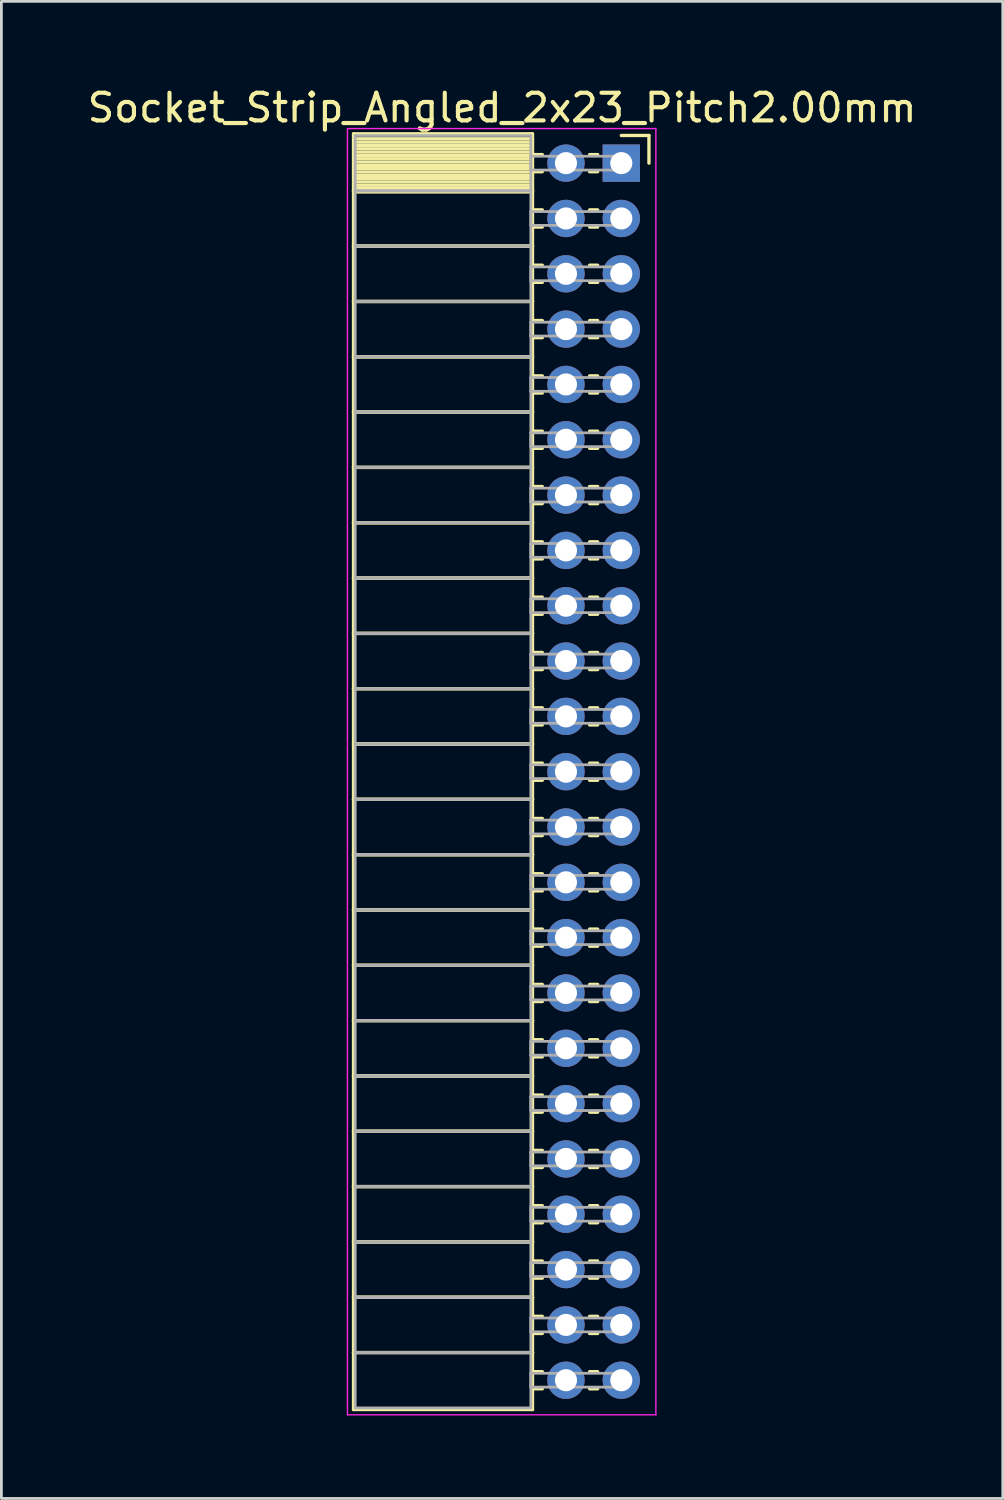
<source format=kicad_pcb>
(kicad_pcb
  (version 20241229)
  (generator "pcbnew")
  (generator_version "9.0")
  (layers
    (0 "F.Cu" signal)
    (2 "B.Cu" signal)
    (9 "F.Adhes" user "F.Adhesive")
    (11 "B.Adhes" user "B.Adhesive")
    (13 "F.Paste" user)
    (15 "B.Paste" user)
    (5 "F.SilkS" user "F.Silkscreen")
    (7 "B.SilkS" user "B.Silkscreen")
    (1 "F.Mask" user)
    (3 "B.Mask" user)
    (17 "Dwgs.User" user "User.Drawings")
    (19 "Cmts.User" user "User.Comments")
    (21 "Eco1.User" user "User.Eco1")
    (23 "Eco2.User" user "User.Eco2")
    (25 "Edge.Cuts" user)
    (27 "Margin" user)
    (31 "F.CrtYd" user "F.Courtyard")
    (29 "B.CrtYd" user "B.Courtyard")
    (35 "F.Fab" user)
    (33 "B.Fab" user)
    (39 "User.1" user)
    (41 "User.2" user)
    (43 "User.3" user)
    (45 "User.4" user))
  (footprint "Socket_Strip_Angled_2x23_Pitch2.00mm"
    (layer "F.Cu")
    (at 19.411 2.848)
    (property "Reference" "Socket_Strip_Angled_2x23_Pitch2.00mm" (at -4.31 -2 0) (layer "F.SilkS") (effects (font (size 1 1) (thickness 0.15))))
    (attr through_hole)
    (fp_line (start -9.68 -1.06) (end -3.21 -1.06) (stroke (width 0.12) (type solid)) (layer "F.SilkS"))
    (fp_line (start -9.68 1) (end -9.68 -1.06) (stroke (width 0.12) (type solid)) (layer "F.SilkS"))
    (fp_line (start -9.68 1) (end -3.21 1) (stroke (width 0.12) (type solid)) (layer "F.SilkS"))
    (fp_line (start -9.68 3) (end -9.68 1) (stroke (width 0.12) (type solid)) (layer "F.SilkS"))
    (fp_line (start -9.68 3) (end -3.21 3) (stroke (width 0.12) (type solid)) (layer "F.SilkS"))
    (fp_line (start -9.68 5) (end -9.68 3) (stroke (width 0.12) (type solid)) (layer "F.SilkS"))
    (fp_line (start -9.68 5) (end -3.21 5) (stroke (width 0.12) (type solid)) (layer "F.SilkS"))
    (fp_line (start -9.68 7) (end -9.68 5) (stroke (width 0.12) (type solid)) (layer "F.SilkS"))
    (fp_line (start -9.68 7) (end -3.21 7) (stroke (width 0.12) (type solid)) (layer "F.SilkS"))
    (fp_line (start -9.68 9) (end -9.68 7) (stroke (width 0.12) (type solid)) (layer "F.SilkS"))
    (fp_line (start -9.68 9) (end -3.21 9) (stroke (width 0.12) (type solid)) (layer "F.SilkS"))
    (fp_line (start -9.68 11) (end -9.68 9) (stroke (width 0.12) (type solid)) (layer "F.SilkS"))
    (fp_line (start -9.68 11) (end -3.21 11) (stroke (width 0.12) (type solid)) (layer "F.SilkS"))
    (fp_line (start -9.68 13) (end -9.68 11) (stroke (width 0.12) (type solid)) (layer "F.SilkS"))
    (fp_line (start -9.68 13) (end -3.21 13) (stroke (width 0.12) (type solid)) (layer "F.SilkS"))
    (fp_line (start -9.68 15) (end -9.68 13) (stroke (width 0.12) (type solid)) (layer "F.SilkS"))
    (fp_line (start -9.68 15) (end -3.21 15) (stroke (width 0.12) (type solid)) (layer "F.SilkS"))
    (fp_line (start -9.68 17) (end -9.68 15) (stroke (width 0.12) (type solid)) (layer "F.SilkS"))
    (fp_line (start -9.68 17) (end -3.21 17) (stroke (width 0.12) (type solid)) (layer "F.SilkS"))
    (fp_line (start -9.68 19) (end -9.68 17) (stroke (width 0.12) (type solid)) (layer "F.SilkS"))
    (fp_line (start -9.68 19) (end -3.21 19) (stroke (width 0.12) (type solid)) (layer "F.SilkS"))
    (fp_line (start -9.68 21) (end -9.68 19) (stroke (width 0.12) (type solid)) (layer "F.SilkS"))
    (fp_line (start -9.68 21) (end -3.21 21) (stroke (width 0.12) (type solid)) (layer "F.SilkS"))
    (fp_line (start -9.68 23) (end -9.68 21) (stroke (width 0.12) (type solid)) (layer "F.SilkS"))
    (fp_line (start -9.68 23) (end -3.21 23) (stroke (width 0.12) (type solid)) (layer "F.SilkS"))
    (fp_line (start -9.68 25) (end -9.68 23) (stroke (width 0.12) (type solid)) (layer "F.SilkS"))
    (fp_line (start -9.68 25) (end -3.21 25) (stroke (width 0.12) (type solid)) (layer "F.SilkS"))
    (fp_line (start -9.68 27) (end -9.68 25) (stroke (width 0.12) (type solid)) (layer "F.SilkS"))
    (fp_line (start -9.68 27) (end -3.21 27) (stroke (width 0.12) (type solid)) (layer "F.SilkS"))
    (fp_line (start -9.68 29) (end -9.68 27) (stroke (width 0.12) (type solid)) (layer "F.SilkS"))
    (fp_line (start -9.68 29) (end -3.21 29) (stroke (width 0.12) (type solid)) (layer "F.SilkS"))
    (fp_line (start -9.68 31) (end -9.68 29) (stroke (width 0.12) (type solid)) (layer "F.SilkS"))
    (fp_line (start -9.68 31) (end -3.21 31) (stroke (width 0.12) (type solid)) (layer "F.SilkS"))
    (fp_line (start -9.68 33) (end -9.68 31) (stroke (width 0.12) (type solid)) (layer "F.SilkS"))
    (fp_line (start -9.68 33) (end -3.21 33) (stroke (width 0.12) (type solid)) (layer "F.SilkS"))
    (fp_line (start -9.68 35) (end -9.68 33) (stroke (width 0.12) (type solid)) (layer "F.SilkS"))
    (fp_line (start -9.68 35) (end -3.21 35) (stroke (width 0.12) (type solid)) (layer "F.SilkS"))
    (fp_line (start -9.68 37) (end -9.68 35) (stroke (width 0.12) (type solid)) (layer "F.SilkS"))
    (fp_line (start -9.68 37) (end -3.21 37) (stroke (width 0.12) (type solid)) (layer "F.SilkS"))
    (fp_line (start -9.68 39) (end -9.68 37) (stroke (width 0.12) (type solid)) (layer "F.SilkS"))
    (fp_line (start -9.68 39) (end -3.21 39) (stroke (width 0.12) (type solid)) (layer "F.SilkS"))
    (fp_line (start -9.68 41) (end -9.68 39) (stroke (width 0.12) (type solid)) (layer "F.SilkS"))
    (fp_line (start -9.68 41) (end -3.21 41) (stroke (width 0.12) (type solid)) (layer "F.SilkS"))
    (fp_line (start -9.68 43) (end -9.68 41) (stroke (width 0.12) (type solid)) (layer "F.SilkS"))
    (fp_line (start -9.68 43) (end -3.21 43) (stroke (width 0.12) (type solid)) (layer "F.SilkS"))
    (fp_line (start -9.68 45.06) (end -9.68 43) (stroke (width 0.12) (type solid)) (layer "F.SilkS"))
    (fp_line (start -3.21 -1.06) (end -3.21 1) (stroke (width 0.12) (type solid)) (layer "F.SilkS"))
    (fp_line (start -3.21 -0.88) (end -9.68 -0.88) (stroke (width 0.12) (type solid)) (layer "F.SilkS"))
    (fp_line (start -3.21 -0.76) (end -9.68 -0.76) (stroke (width 0.12) (type solid)) (layer "F.SilkS"))
    (fp_line (start -3.21 -0.64) (end -9.68 -0.64) (stroke (width 0.12) (type solid)) (layer "F.SilkS"))
    (fp_line (start -3.21 -0.52) (end -9.68 -0.52) (stroke (width 0.12) (type solid)) (layer "F.SilkS"))
    (fp_line (start -3.21 -0.4) (end -9.68 -0.4) (stroke (width 0.12) (type solid)) (layer "F.SilkS"))
    (fp_line (start -3.21 -0.28) (end -9.68 -0.28) (stroke (width 0.12) (type solid)) (layer "F.SilkS"))
    (fp_line (start -3.21 -0.16) (end -9.68 -0.16) (stroke (width 0.12) (type solid)) (layer "F.SilkS"))
    (fp_line (start -3.21 -0.04) (end -9.68 -0.04) (stroke (width 0.12) (type solid)) (layer "F.SilkS"))
    (fp_line (start -3.21 0.08) (end -9.68 0.08) (stroke (width 0.12) (type solid)) (layer "F.SilkS"))
    (fp_line (start -3.21 0.2) (end -9.68 0.2) (stroke (width 0.12) (type solid)) (layer "F.SilkS"))
    (fp_line (start -3.21 0.32) (end -9.68 0.32) (stroke (width 0.12) (type solid)) (layer "F.SilkS"))
    (fp_line (start -3.21 0.44) (end -9.68 0.44) (stroke (width 0.12) (type solid)) (layer "F.SilkS"))
    (fp_line (start -3.21 0.56) (end -9.68 0.56) (stroke (width 0.12) (type solid)) (layer "F.SilkS"))
    (fp_line (start -3.21 0.68) (end -9.68 0.68) (stroke (width 0.12) (type solid)) (layer "F.SilkS"))
    (fp_line (start -3.21 0.8) (end -9.68 0.8) (stroke (width 0.12) (type solid)) (layer "F.SilkS"))
    (fp_line (start -3.21 0.92) (end -9.68 0.92) (stroke (width 0.12) (type solid)) (layer "F.SilkS"))
    (fp_line (start -3.21 1) (end -9.68 1) (stroke (width 0.12) (type solid)) (layer "F.SilkS"))
    (fp_line (start -3.21 1) (end -3.21 3) (stroke (width 0.12) (type solid)) (layer "F.SilkS"))
    (fp_line (start -3.21 1.04) (end -9.68 1.04) (stroke (width 0.12) (type solid)) (layer "F.SilkS"))
    (fp_line (start -3.21 3) (end -9.68 3) (stroke (width 0.12) (type solid)) (layer "F.SilkS"))
    (fp_line (start -3.21 3) (end -3.21 5) (stroke (width 0.12) (type solid)) (layer "F.SilkS"))
    (fp_line (start -3.21 5) (end -9.68 5) (stroke (width 0.12) (type solid)) (layer "F.SilkS"))
    (fp_line (start -3.21 5) (end -3.21 7) (stroke (width 0.12) (type solid)) (layer "F.SilkS"))
    (fp_line (start -3.21 7) (end -9.68 7) (stroke (width 0.12) (type solid)) (layer "F.SilkS"))
    (fp_line (start -3.21 7) (end -3.21 9) (stroke (width 0.12) (type solid)) (layer "F.SilkS"))
    (fp_line (start -3.21 9) (end -9.68 9) (stroke (width 0.12) (type solid)) (layer "F.SilkS"))
    (fp_line (start -3.21 9) (end -3.21 11) (stroke (width 0.12) (type solid)) (layer "F.SilkS"))
    (fp_line (start -3.21 11) (end -9.68 11) (stroke (width 0.12) (type solid)) (layer "F.SilkS"))
    (fp_line (start -3.21 11) (end -3.21 13) (stroke (width 0.12) (type solid)) (layer "F.SilkS"))
    (fp_line (start -3.21 13) (end -9.68 13) (stroke (width 0.12) (type solid)) (layer "F.SilkS"))
    (fp_line (start -3.21 13) (end -3.21 15) (stroke (width 0.12) (type solid)) (layer "F.SilkS"))
    (fp_line (start -3.21 15) (end -9.68 15) (stroke (width 0.12) (type solid)) (layer "F.SilkS"))
    (fp_line (start -3.21 15) (end -3.21 17) (stroke (width 0.12) (type solid)) (layer "F.SilkS"))
    (fp_line (start -3.21 17) (end -9.68 17) (stroke (width 0.12) (type solid)) (layer "F.SilkS"))
    (fp_line (start -3.21 17) (end -3.21 19) (stroke (width 0.12) (type solid)) (layer "F.SilkS"))
    (fp_line (start -3.21 19) (end -9.68 19) (stroke (width 0.12) (type solid)) (layer "F.SilkS"))
    (fp_line (start -3.21 19) (end -3.21 21) (stroke (width 0.12) (type solid)) (layer "F.SilkS"))
    (fp_line (start -3.21 21) (end -9.68 21) (stroke (width 0.12) (type solid)) (layer "F.SilkS"))
    (fp_line (start -3.21 21) (end -3.21 23) (stroke (width 0.12) (type solid)) (layer "F.SilkS"))
    (fp_line (start -3.21 23) (end -9.68 23) (stroke (width 0.12) (type solid)) (layer "F.SilkS"))
    (fp_line (start -3.21 23) (end -3.21 25) (stroke (width 0.12) (type solid)) (layer "F.SilkS"))
    (fp_line (start -3.21 25) (end -9.68 25) (stroke (width 0.12) (type solid)) (layer "F.SilkS"))
    (fp_line (start -3.21 25) (end -3.21 27) (stroke (width 0.12) (type solid)) (layer "F.SilkS"))
    (fp_line (start -3.21 27) (end -9.68 27) (stroke (width 0.12) (type solid)) (layer "F.SilkS"))
    (fp_line (start -3.21 27) (end -3.21 29) (stroke (width 0.12) (type solid)) (layer "F.SilkS"))
    (fp_line (start -3.21 29) (end -9.68 29) (stroke (width 0.12) (type solid)) (layer "F.SilkS"))
    (fp_line (start -3.21 29) (end -3.21 31) (stroke (width 0.12) (type solid)) (layer "F.SilkS"))
    (fp_line (start -3.21 31) (end -9.68 31) (stroke (width 0.12) (type solid)) (layer "F.SilkS"))
    (fp_line (start -3.21 31) (end -3.21 33) (stroke (width 0.12) (type solid)) (layer "F.SilkS"))
    (fp_line (start -3.21 33) (end -9.68 33) (stroke (width 0.12) (type solid)) (layer "F.SilkS"))
    (fp_line (start -3.21 33) (end -3.21 35) (stroke (width 0.12) (type solid)) (layer "F.SilkS"))
    (fp_line (start -3.21 35) (end -9.68 35) (stroke (width 0.12) (type solid)) (layer "F.SilkS"))
    (fp_line (start -3.21 35) (end -3.21 37) (stroke (width 0.12) (type solid)) (layer "F.SilkS"))
    (fp_line (start -3.21 37) (end -9.68 37) (stroke (width 0.12) (type solid)) (layer "F.SilkS"))
    (fp_line (start -3.21 37) (end -3.21 39) (stroke (width 0.12) (type solid)) (layer "F.SilkS"))
    (fp_line (start -3.21 39) (end -9.68 39) (stroke (width 0.12) (type solid)) (layer "F.SilkS"))
    (fp_line (start -3.21 39) (end -3.21 41) (stroke (width 0.12) (type solid)) (layer "F.SilkS"))
    (fp_line (start -3.21 41) (end -9.68 41) (stroke (width 0.12) (type solid)) (layer "F.SilkS"))
    (fp_line (start -3.21 41) (end -3.21 43) (stroke (width 0.12) (type solid)) (layer "F.SilkS"))
    (fp_line (start -3.21 43) (end -9.68 43) (stroke (width 0.12) (type solid)) (layer "F.SilkS"))
    (fp_line (start -3.21 43) (end -3.21 45.06) (stroke (width 0.12) (type solid)) (layer "F.SilkS"))
    (fp_line (start -3.21 45.06) (end -9.68 45.06) (stroke (width 0.12) (type solid)) (layer "F.SilkS"))
    (fp_line (start -2.855 -0.31) (end -3.21 -0.31) (stroke (width 0.12) (type solid)) (layer "F.SilkS"))
    (fp_line (start -2.855 0.31) (end -3.21 0.31) (stroke (width 0.12) (type solid)) (layer "F.SilkS"))
    (fp_line (start -2.855 1.69) (end -3.21 1.69) (stroke (width 0.12) (type solid)) (layer "F.SilkS"))
    (fp_line (start -2.855 2.31) (end -3.21 2.31) (stroke (width 0.12) (type solid)) (layer "F.SilkS"))
    (fp_line (start -2.855 3.69) (end -3.21 3.69) (stroke (width 0.12) (type solid)) (layer "F.SilkS"))
    (fp_line (start -2.855 4.31) (end -3.21 4.31) (stroke (width 0.12) (type solid)) (layer "F.SilkS"))
    (fp_line (start -2.855 5.69) (end -3.21 5.69) (stroke (width 0.12) (type solid)) (layer "F.SilkS"))
    (fp_line (start -2.855 6.31) (end -3.21 6.31) (stroke (width 0.12) (type solid)) (layer "F.SilkS"))
    (fp_line (start -2.855 7.69) (end -3.21 7.69) (stroke (width 0.12) (type solid)) (layer "F.SilkS"))
    (fp_line (start -2.855 8.31) (end -3.21 8.31) (stroke (width 0.12) (type solid)) (layer "F.SilkS"))
    (fp_line (start -2.855 9.69) (end -3.21 9.69) (stroke (width 0.12) (type solid)) (layer "F.SilkS"))
    (fp_line (start -2.855 10.31) (end -3.21 10.31) (stroke (width 0.12) (type solid)) (layer "F.SilkS"))
    (fp_line (start -2.855 11.69) (end -3.21 11.69) (stroke (width 0.12) (type solid)) (layer "F.SilkS"))
    (fp_line (start -2.855 12.31) (end -3.21 12.31) (stroke (width 0.12) (type solid)) (layer "F.SilkS"))
    (fp_line (start -2.855 13.69) (end -3.21 13.69) (stroke (width 0.12) (type solid)) (layer "F.SilkS"))
    (fp_line (start -2.855 14.31) (end -3.21 14.31) (stroke (width 0.12) (type solid)) (layer "F.SilkS"))
    (fp_line (start -2.855 15.69) (end -3.21 15.69) (stroke (width 0.12) (type solid)) (layer "F.SilkS"))
    (fp_line (start -2.855 16.31) (end -3.21 16.31) (stroke (width 0.12) (type solid)) (layer "F.SilkS"))
    (fp_line (start -2.855 17.69) (end -3.21 17.69) (stroke (width 0.12) (type solid)) (layer "F.SilkS"))
    (fp_line (start -2.855 18.31) (end -3.21 18.31) (stroke (width 0.12) (type solid)) (layer "F.SilkS"))
    (fp_line (start -2.855 19.69) (end -3.21 19.69) (stroke (width 0.12) (type solid)) (layer "F.SilkS"))
    (fp_line (start -2.855 20.31) (end -3.21 20.31) (stroke (width 0.12) (type solid)) (layer "F.SilkS"))
    (fp_line (start -2.855 21.69) (end -3.21 21.69) (stroke (width 0.12) (type solid)) (layer "F.SilkS"))
    (fp_line (start -2.855 22.31) (end -3.21 22.31) (stroke (width 0.12) (type solid)) (layer "F.SilkS"))
    (fp_line (start -2.855 23.69) (end -3.21 23.69) (stroke (width 0.12) (type solid)) (layer "F.SilkS"))
    (fp_line (start -2.855 24.31) (end -3.21 24.31) (stroke (width 0.12) (type solid)) (layer "F.SilkS"))
    (fp_line (start -2.855 25.69) (end -3.21 25.69) (stroke (width 0.12) (type solid)) (layer "F.SilkS"))
    (fp_line (start -2.855 26.31) (end -3.21 26.31) (stroke (width 0.12) (type solid)) (layer "F.SilkS"))
    (fp_line (start -2.855 27.69) (end -3.21 27.69) (stroke (width 0.12) (type solid)) (layer "F.SilkS"))
    (fp_line (start -2.855 28.31) (end -3.21 28.31) (stroke (width 0.12) (type solid)) (layer "F.SilkS"))
    (fp_line (start -2.855 29.69) (end -3.21 29.69) (stroke (width 0.12) (type solid)) (layer "F.SilkS"))
    (fp_line (start -2.855 30.31) (end -3.21 30.31) (stroke (width 0.12) (type solid)) (layer "F.SilkS"))
    (fp_line (start -2.855 31.69) (end -3.21 31.69) (stroke (width 0.12) (type solid)) (layer "F.SilkS"))
    (fp_line (start -2.855 32.31) (end -3.21 32.31) (stroke (width 0.12) (type solid)) (layer "F.SilkS"))
    (fp_line (start -2.855 33.69) (end -3.21 33.69) (stroke (width 0.12) (type solid)) (layer "F.SilkS"))
    (fp_line (start -2.855 34.31) (end -3.21 34.31) (stroke (width 0.12) (type solid)) (layer "F.SilkS"))
    (fp_line (start -2.855 35.69) (end -3.21 35.69) (stroke (width 0.12) (type solid)) (layer "F.SilkS"))
    (fp_line (start -2.855 36.31) (end -3.21 36.31) (stroke (width 0.12) (type solid)) (layer "F.SilkS"))
    (fp_line (start -2.855 37.69) (end -3.21 37.69) (stroke (width 0.12) (type solid)) (layer "F.SilkS"))
    (fp_line (start -2.855 38.31) (end -3.21 38.31) (stroke (width 0.12) (type solid)) (layer "F.SilkS"))
    (fp_line (start -2.855 39.69) (end -3.21 39.69) (stroke (width 0.12) (type solid)) (layer "F.SilkS"))
    (fp_line (start -2.855 40.31) (end -3.21 40.31) (stroke (width 0.12) (type solid)) (layer "F.SilkS"))
    (fp_line (start -2.855 41.69) (end -3.21 41.69) (stroke (width 0.12) (type solid)) (layer "F.SilkS"))
    (fp_line (start -2.855 42.31) (end -3.21 42.31) (stroke (width 0.12) (type solid)) (layer "F.SilkS"))
    (fp_line (start -2.855 43.69) (end -3.21 43.69) (stroke (width 0.12) (type solid)) (layer "F.SilkS"))
    (fp_line (start -2.855 44.31) (end -3.21 44.31) (stroke (width 0.12) (type solid)) (layer "F.SilkS"))
    (fp_line (start -0.855 -0.31) (end -1.145 -0.31) (stroke (width 0.12) (type solid)) (layer "F.SilkS"))
    (fp_line (start -0.855 0.31) (end -1.145 0.31) (stroke (width 0.12) (type solid)) (layer "F.SilkS"))
    (fp_line (start -0.855 1.69) (end -1.145 1.69) (stroke (width 0.12) (type solid)) (layer "F.SilkS"))
    (fp_line (start -0.855 2.31) (end -1.145 2.31) (stroke (width 0.12) (type solid)) (layer "F.SilkS"))
    (fp_line (start -0.855 3.69) (end -1.145 3.69) (stroke (width 0.12) (type solid)) (layer "F.SilkS"))
    (fp_line (start -0.855 4.31) (end -1.145 4.31) (stroke (width 0.12) (type solid)) (layer "F.SilkS"))
    (fp_line (start -0.855 5.69) (end -1.145 5.69) (stroke (width 0.12) (type solid)) (layer "F.SilkS"))
    (fp_line (start -0.855 6.31) (end -1.145 6.31) (stroke (width 0.12) (type solid)) (layer "F.SilkS"))
    (fp_line (start -0.855 7.69) (end -1.145 7.69) (stroke (width 0.12) (type solid)) (layer "F.SilkS"))
    (fp_line (start -0.855 8.31) (end -1.145 8.31) (stroke (width 0.12) (type solid)) (layer "F.SilkS"))
    (fp_line (start -0.855 9.69) (end -1.145 9.69) (stroke (width 0.12) (type solid)) (layer "F.SilkS"))
    (fp_line (start -0.855 10.31) (end -1.145 10.31) (stroke (width 0.12) (type solid)) (layer "F.SilkS"))
    (fp_line (start -0.855 11.69) (end -1.145 11.69) (stroke (width 0.12) (type solid)) (layer "F.SilkS"))
    (fp_line (start -0.855 12.31) (end -1.145 12.31) (stroke (width 0.12) (type solid)) (layer "F.SilkS"))
    (fp_line (start -0.855 13.69) (end -1.145 13.69) (stroke (width 0.12) (type solid)) (layer "F.SilkS"))
    (fp_line (start -0.855 14.31) (end -1.145 14.31) (stroke (width 0.12) (type solid)) (layer "F.SilkS"))
    (fp_line (start -0.855 15.69) (end -1.145 15.69) (stroke (width 0.12) (type solid)) (layer "F.SilkS"))
    (fp_line (start -0.855 16.31) (end -1.145 16.31) (stroke (width 0.12) (type solid)) (layer "F.SilkS"))
    (fp_line (start -0.855 17.69) (end -1.145 17.69) (stroke (width 0.12) (type solid)) (layer "F.SilkS"))
    (fp_line (start -0.855 18.31) (end -1.145 18.31) (stroke (width 0.12) (type solid)) (layer "F.SilkS"))
    (fp_line (start -0.855 19.69) (end -1.145 19.69) (stroke (width 0.12) (type solid)) (layer "F.SilkS"))
    (fp_line (start -0.855 20.31) (end -1.145 20.31) (stroke (width 0.12) (type solid)) (layer "F.SilkS"))
    (fp_line (start -0.855 21.69) (end -1.145 21.69) (stroke (width 0.12) (type solid)) (layer "F.SilkS"))
    (fp_line (start -0.855 22.31) (end -1.145 22.31) (stroke (width 0.12) (type solid)) (layer "F.SilkS"))
    (fp_line (start -0.855 23.69) (end -1.145 23.69) (stroke (width 0.12) (type solid)) (layer "F.SilkS"))
    (fp_line (start -0.855 24.31) (end -1.145 24.31) (stroke (width 0.12) (type solid)) (layer "F.SilkS"))
    (fp_line (start -0.855 25.69) (end -1.145 25.69) (stroke (width 0.12) (type solid)) (layer "F.SilkS"))
    (fp_line (start -0.855 26.31) (end -1.145 26.31) (stroke (width 0.12) (type solid)) (layer "F.SilkS"))
    (fp_line (start -0.855 27.69) (end -1.145 27.69) (stroke (width 0.12) (type solid)) (layer "F.SilkS"))
    (fp_line (start -0.855 28.31) (end -1.145 28.31) (stroke (width 0.12) (type solid)) (layer "F.SilkS"))
    (fp_line (start -0.855 29.69) (end -1.145 29.69) (stroke (width 0.12) (type solid)) (layer "F.SilkS"))
    (fp_line (start -0.855 30.31) (end -1.145 30.31) (stroke (width 0.12) (type solid)) (layer "F.SilkS"))
    (fp_line (start -0.855 31.69) (end -1.145 31.69) (stroke (width 0.12) (type solid)) (layer "F.SilkS"))
    (fp_line (start -0.855 32.31) (end -1.145 32.31) (stroke (width 0.12) (type solid)) (layer "F.SilkS"))
    (fp_line (start -0.855 33.69) (end -1.145 33.69) (stroke (width 0.12) (type solid)) (layer "F.SilkS"))
    (fp_line (start -0.855 34.31) (end -1.145 34.31) (stroke (width 0.12) (type solid)) (layer "F.SilkS"))
    (fp_line (start -0.855 35.69) (end -1.145 35.69) (stroke (width 0.12) (type solid)) (layer "F.SilkS"))
    (fp_line (start -0.855 36.31) (end -1.145 36.31) (stroke (width 0.12) (type solid)) (layer "F.SilkS"))
    (fp_line (start -0.855 37.69) (end -1.145 37.69) (stroke (width 0.12) (type solid)) (layer "F.SilkS"))
    (fp_line (start -0.855 38.31) (end -1.145 38.31) (stroke (width 0.12) (type solid)) (layer "F.SilkS"))
    (fp_line (start -0.855 39.69) (end -1.145 39.69) (stroke (width 0.12) (type solid)) (layer "F.SilkS"))
    (fp_line (start -0.855 40.31) (end -1.145 40.31) (stroke (width 0.12) (type solid)) (layer "F.SilkS"))
    (fp_line (start -0.855 41.69) (end -1.145 41.69) (stroke (width 0.12) (type solid)) (layer "F.SilkS"))
    (fp_line (start -0.855 42.31) (end -1.145 42.31) (stroke (width 0.12) (type solid)) (layer "F.SilkS"))
    (fp_line (start -0.855 43.69) (end -1.145 43.69) (stroke (width 0.12) (type solid)) (layer "F.SilkS"))
    (fp_line (start -0.855 44.31) (end -1.145 44.31) (stroke (width 0.12) (type solid)) (layer "F.SilkS"))
    (fp_line (start 0 -1) (end 1 -1) (stroke (width 0.12) (type solid)) (layer "F.SilkS"))
    (fp_line (start 1 -1) (end 1 0) (stroke (width 0.12) (type solid)) (layer "F.SilkS"))
    (fp_line (start -9.9 -1.25) (end 1.25 -1.25) (stroke (width 0.05) (type solid)) (layer "F.CrtYd"))
    (fp_line (start -9.9 45.25) (end -9.9 -1.25) (stroke (width 0.05) (type solid)) (layer "F.CrtYd"))
    (fp_line (start 1.25 -1.25) (end 1.25 45.25) (stroke (width 0.05) (type solid)) (layer "F.CrtYd"))
    (fp_line (start 1.25 45.25) (end -9.9 45.25) (stroke (width 0.05) (type solid)) (layer "F.CrtYd"))
    (fp_line (start -9.62 -1) (end -3.27 -1) (stroke (width 0.1) (type solid)) (layer "F.Fab"))
    (fp_line (start -9.62 1) (end -9.62 -1) (stroke (width 0.1) (type solid)) (layer "F.Fab"))
    (fp_line (start -9.62 1) (end -3.27 1) (stroke (width 0.1) (type solid)) (layer "F.Fab"))
    (fp_line (start -9.62 3) (end -9.62 1) (stroke (width 0.1) (type solid)) (layer "F.Fab"))
    (fp_line (start -9.62 3) (end -3.27 3) (stroke (width 0.1) (type solid)) (layer "F.Fab"))
    (fp_line (start -9.62 5) (end -9.62 3) (stroke (width 0.1) (type solid)) (layer "F.Fab"))
    (fp_line (start -9.62 5) (end -3.27 5) (stroke (width 0.1) (type solid)) (layer "F.Fab"))
    (fp_line (start -9.62 7) (end -9.62 5) (stroke (width 0.1) (type solid)) (layer "F.Fab"))
    (fp_line (start -9.62 7) (end -3.27 7) (stroke (width 0.1) (type solid)) (layer "F.Fab"))
    (fp_line (start -9.62 9) (end -9.62 7) (stroke (width 0.1) (type solid)) (layer "F.Fab"))
    (fp_line (start -9.62 9) (end -3.27 9) (stroke (width 0.1) (type solid)) (layer "F.Fab"))
    (fp_line (start -9.62 11) (end -9.62 9) (stroke (width 0.1) (type solid)) (layer "F.Fab"))
    (fp_line (start -9.62 11) (end -3.27 11) (stroke (width 0.1) (type solid)) (layer "F.Fab"))
    (fp_line (start -9.62 13) (end -9.62 11) (stroke (width 0.1) (type solid)) (layer "F.Fab"))
    (fp_line (start -9.62 13) (end -3.27 13) (stroke (width 0.1) (type solid)) (layer "F.Fab"))
    (fp_line (start -9.62 15) (end -9.62 13) (stroke (width 0.1) (type solid)) (layer "F.Fab"))
    (fp_line (start -9.62 15) (end -3.27 15) (stroke (width 0.1) (type solid)) (layer "F.Fab"))
    (fp_line (start -9.62 17) (end -9.62 15) (stroke (width 0.1) (type solid)) (layer "F.Fab"))
    (fp_line (start -9.62 17) (end -3.27 17) (stroke (width 0.1) (type solid)) (layer "F.Fab"))
    (fp_line (start -9.62 19) (end -9.62 17) (stroke (width 0.1) (type solid)) (layer "F.Fab"))
    (fp_line (start -9.62 19) (end -3.27 19) (stroke (width 0.1) (type solid)) (layer "F.Fab"))
    (fp_line (start -9.62 21) (end -9.62 19) (stroke (width 0.1) (type solid)) (layer "F.Fab"))
    (fp_line (start -9.62 21) (end -3.27 21) (stroke (width 0.1) (type solid)) (layer "F.Fab"))
    (fp_line (start -9.62 23) (end -9.62 21) (stroke (width 0.1) (type solid)) (layer "F.Fab"))
    (fp_line (start -9.62 23) (end -3.27 23) (stroke (width 0.1) (type solid)) (layer "F.Fab"))
    (fp_line (start -9.62 25) (end -9.62 23) (stroke (width 0.1) (type solid)) (layer "F.Fab"))
    (fp_line (start -9.62 25) (end -3.27 25) (stroke (width 0.1) (type solid)) (layer "F.Fab"))
    (fp_line (start -9.62 27) (end -9.62 25) (stroke (width 0.1) (type solid)) (layer "F.Fab"))
    (fp_line (start -9.62 27) (end -3.27 27) (stroke (width 0.1) (type solid)) (layer "F.Fab"))
    (fp_line (start -9.62 29) (end -9.62 27) (stroke (width 0.1) (type solid)) (layer "F.Fab"))
    (fp_line (start -9.62 29) (end -3.27 29) (stroke (width 0.1) (type solid)) (layer "F.Fab"))
    (fp_line (start -9.62 31) (end -9.62 29) (stroke (width 0.1) (type solid)) (layer "F.Fab"))
    (fp_line (start -9.62 31) (end -3.27 31) (stroke (width 0.1) (type solid)) (layer "F.Fab"))
    (fp_line (start -9.62 33) (end -9.62 31) (stroke (width 0.1) (type solid)) (layer "F.Fab"))
    (fp_line (start -9.62 33) (end -3.27 33) (stroke (width 0.1) (type solid)) (layer "F.Fab"))
    (fp_line (start -9.62 35) (end -9.62 33) (stroke (width 0.1) (type solid)) (layer "F.Fab"))
    (fp_line (start -9.62 35) (end -3.27 35) (stroke (width 0.1) (type solid)) (layer "F.Fab"))
    (fp_line (start -9.62 37) (end -9.62 35) (stroke (width 0.1) (type solid)) (layer "F.Fab"))
    (fp_line (start -9.62 37) (end -3.27 37) (stroke (width 0.1) (type solid)) (layer "F.Fab"))
    (fp_line (start -9.62 39) (end -9.62 37) (stroke (width 0.1) (type solid)) (layer "F.Fab"))
    (fp_line (start -9.62 39) (end -3.27 39) (stroke (width 0.1) (type solid)) (layer "F.Fab"))
    (fp_line (start -9.62 41) (end -9.62 39) (stroke (width 0.1) (type solid)) (layer "F.Fab"))
    (fp_line (start -9.62 41) (end -3.27 41) (stroke (width 0.1) (type solid)) (layer "F.Fab"))
    (fp_line (start -9.62 43) (end -9.62 41) (stroke (width 0.1) (type solid)) (layer "F.Fab"))
    (fp_line (start -9.62 43) (end -3.27 43) (stroke (width 0.1) (type solid)) (layer "F.Fab"))
    (fp_line (start -9.62 45) (end -9.62 43) (stroke (width 0.1) (type solid)) (layer "F.Fab"))
    (fp_line (start -3.27 -1) (end -3.27 1) (stroke (width 0.1) (type solid)) (layer "F.Fab"))
    (fp_line (start -3.27 -0.25) (end 0 -0.25) (stroke (width 0.1) (type solid)) (layer "F.Fab"))
    (fp_line (start -3.27 0.25) (end -3.27 -0.25) (stroke (width 0.1) (type solid)) (layer "F.Fab"))
    (fp_line (start -3.27 1) (end -9.62 1) (stroke (width 0.1) (type solid)) (layer "F.Fab"))
    (fp_line (start -3.27 1) (end -3.27 3) (stroke (width 0.1) (type solid)) (layer "F.Fab"))
    (fp_line (start -3.27 1.75) (end 0 1.75) (stroke (width 0.1) (type solid)) (layer "F.Fab"))
    (fp_line (start -3.27 2.25) (end -3.27 1.75) (stroke (width 0.1) (type solid)) (layer "F.Fab"))
    (fp_line (start -3.27 3) (end -9.62 3) (stroke (width 0.1) (type solid)) (layer "F.Fab"))
    (fp_line (start -3.27 3) (end -3.27 5) (stroke (width 0.1) (type solid)) (layer "F.Fab"))
    (fp_line (start -3.27 3.75) (end 0 3.75) (stroke (width 0.1) (type solid)) (layer "F.Fab"))
    (fp_line (start -3.27 4.25) (end -3.27 3.75) (stroke (width 0.1) (type solid)) (layer "F.Fab"))
    (fp_line (start -3.27 5) (end -9.62 5) (stroke (width 0.1) (type solid)) (layer "F.Fab"))
    (fp_line (start -3.27 5) (end -3.27 7) (stroke (width 0.1) (type solid)) (layer "F.Fab"))
    (fp_line (start -3.27 5.75) (end 0 5.75) (stroke (width 0.1) (type solid)) (layer "F.Fab"))
    (fp_line (start -3.27 6.25) (end -3.27 5.75) (stroke (width 0.1) (type solid)) (layer "F.Fab"))
    (fp_line (start -3.27 7) (end -9.62 7) (stroke (width 0.1) (type solid)) (layer "F.Fab"))
    (fp_line (start -3.27 7) (end -3.27 9) (stroke (width 0.1) (type solid)) (layer "F.Fab"))
    (fp_line (start -3.27 7.75) (end 0 7.75) (stroke (width 0.1) (type solid)) (layer "F.Fab"))
    (fp_line (start -3.27 8.25) (end -3.27 7.75) (stroke (width 0.1) (type solid)) (layer "F.Fab"))
    (fp_line (start -3.27 9) (end -9.62 9) (stroke (width 0.1) (type solid)) (layer "F.Fab"))
    (fp_line (start -3.27 9) (end -3.27 11) (stroke (width 0.1) (type solid)) (layer "F.Fab"))
    (fp_line (start -3.27 9.75) (end 0 9.75) (stroke (width 0.1) (type solid)) (layer "F.Fab"))
    (fp_line (start -3.27 10.25) (end -3.27 9.75) (stroke (width 0.1) (type solid)) (layer "F.Fab"))
    (fp_line (start -3.27 11) (end -9.62 11) (stroke (width 0.1) (type solid)) (layer "F.Fab"))
    (fp_line (start -3.27 11) (end -3.27 13) (stroke (width 0.1) (type solid)) (layer "F.Fab"))
    (fp_line (start -3.27 11.75) (end 0 11.75) (stroke (width 0.1) (type solid)) (layer "F.Fab"))
    (fp_line (start -3.27 12.25) (end -3.27 11.75) (stroke (width 0.1) (type solid)) (layer "F.Fab"))
    (fp_line (start -3.27 13) (end -9.62 13) (stroke (width 0.1) (type solid)) (layer "F.Fab"))
    (fp_line (start -3.27 13) (end -3.27 15) (stroke (width 0.1) (type solid)) (layer "F.Fab"))
    (fp_line (start -3.27 13.75) (end 0 13.75) (stroke (width 0.1) (type solid)) (layer "F.Fab"))
    (fp_line (start -3.27 14.25) (end -3.27 13.75) (stroke (width 0.1) (type solid)) (layer "F.Fab"))
    (fp_line (start -3.27 15) (end -9.62 15) (stroke (width 0.1) (type solid)) (layer "F.Fab"))
    (fp_line (start -3.27 15) (end -3.27 17) (stroke (width 0.1) (type solid)) (layer "F.Fab"))
    (fp_line (start -3.27 15.75) (end 0 15.75) (stroke (width 0.1) (type solid)) (layer "F.Fab"))
    (fp_line (start -3.27 16.25) (end -3.27 15.75) (stroke (width 0.1) (type solid)) (layer "F.Fab"))
    (fp_line (start -3.27 17) (end -9.62 17) (stroke (width 0.1) (type solid)) (layer "F.Fab"))
    (fp_line (start -3.27 17) (end -3.27 19) (stroke (width 0.1) (type solid)) (layer "F.Fab"))
    (fp_line (start -3.27 17.75) (end 0 17.75) (stroke (width 0.1) (type solid)) (layer "F.Fab"))
    (fp_line (start -3.27 18.25) (end -3.27 17.75) (stroke (width 0.1) (type solid)) (layer "F.Fab"))
    (fp_line (start -3.27 19) (end -9.62 19) (stroke (width 0.1) (type solid)) (layer "F.Fab"))
    (fp_line (start -3.27 19) (end -3.27 21) (stroke (width 0.1) (type solid)) (layer "F.Fab"))
    (fp_line (start -3.27 19.75) (end 0 19.75) (stroke (width 0.1) (type solid)) (layer "F.Fab"))
    (fp_line (start -3.27 20.25) (end -3.27 19.75) (stroke (width 0.1) (type solid)) (layer "F.Fab"))
    (fp_line (start -3.27 21) (end -9.62 21) (stroke (width 0.1) (type solid)) (layer "F.Fab"))
    (fp_line (start -3.27 21) (end -3.27 23) (stroke (width 0.1) (type solid)) (layer "F.Fab"))
    (fp_line (start -3.27 21.75) (end 0 21.75) (stroke (width 0.1) (type solid)) (layer "F.Fab"))
    (fp_line (start -3.27 22.25) (end -3.27 21.75) (stroke (width 0.1) (type solid)) (layer "F.Fab"))
    (fp_line (start -3.27 23) (end -9.62 23) (stroke (width 0.1) (type solid)) (layer "F.Fab"))
    (fp_line (start -3.27 23) (end -3.27 25) (stroke (width 0.1) (type solid)) (layer "F.Fab"))
    (fp_line (start -3.27 23.75) (end 0 23.75) (stroke (width 0.1) (type solid)) (layer "F.Fab"))
    (fp_line (start -3.27 24.25) (end -3.27 23.75) (stroke (width 0.1) (type solid)) (layer "F.Fab"))
    (fp_line (start -3.27 25) (end -9.62 25) (stroke (width 0.1) (type solid)) (layer "F.Fab"))
    (fp_line (start -3.27 25) (end -3.27 27) (stroke (width 0.1) (type solid)) (layer "F.Fab"))
    (fp_line (start -3.27 25.75) (end 0 25.75) (stroke (width 0.1) (type solid)) (layer "F.Fab"))
    (fp_line (start -3.27 26.25) (end -3.27 25.75) (stroke (width 0.1) (type solid)) (layer "F.Fab"))
    (fp_line (start -3.27 27) (end -9.62 27) (stroke (width 0.1) (type solid)) (layer "F.Fab"))
    (fp_line (start -3.27 27) (end -3.27 29) (stroke (width 0.1) (type solid)) (layer "F.Fab"))
    (fp_line (start -3.27 27.75) (end 0 27.75) (stroke (width 0.1) (type solid)) (layer "F.Fab"))
    (fp_line (start -3.27 28.25) (end -3.27 27.75) (stroke (width 0.1) (type solid)) (layer "F.Fab"))
    (fp_line (start -3.27 29) (end -9.62 29) (stroke (width 0.1) (type solid)) (layer "F.Fab"))
    (fp_line (start -3.27 29) (end -3.27 31) (stroke (width 0.1) (type solid)) (layer "F.Fab"))
    (fp_line (start -3.27 29.75) (end 0 29.75) (stroke (width 0.1) (type solid)) (layer "F.Fab"))
    (fp_line (start -3.27 30.25) (end -3.27 29.75) (stroke (width 0.1) (type solid)) (layer "F.Fab"))
    (fp_line (start -3.27 31) (end -9.62 31) (stroke (width 0.1) (type solid)) (layer "F.Fab"))
    (fp_line (start -3.27 31) (end -3.27 33) (stroke (width 0.1) (type solid)) (layer "F.Fab"))
    (fp_line (start -3.27 31.75) (end 0 31.75) (stroke (width 0.1) (type solid)) (layer "F.Fab"))
    (fp_line (start -3.27 32.25) (end -3.27 31.75) (stroke (width 0.1) (type solid)) (layer "F.Fab"))
    (fp_line (start -3.27 33) (end -9.62 33) (stroke (width 0.1) (type solid)) (layer "F.Fab"))
    (fp_line (start -3.27 33) (end -3.27 35) (stroke (width 0.1) (type solid)) (layer "F.Fab"))
    (fp_line (start -3.27 33.75) (end 0 33.75) (stroke (width 0.1) (type solid)) (layer "F.Fab"))
    (fp_line (start -3.27 34.25) (end -3.27 33.75) (stroke (width 0.1) (type solid)) (layer "F.Fab"))
    (fp_line (start -3.27 35) (end -9.62 35) (stroke (width 0.1) (type solid)) (layer "F.Fab"))
    (fp_line (start -3.27 35) (end -3.27 37) (stroke (width 0.1) (type solid)) (layer "F.Fab"))
    (fp_line (start -3.27 35.75) (end 0 35.75) (stroke (width 0.1) (type solid)) (layer "F.Fab"))
    (fp_line (start -3.27 36.25) (end -3.27 35.75) (stroke (width 0.1) (type solid)) (layer "F.Fab"))
    (fp_line (start -3.27 37) (end -9.62 37) (stroke (width 0.1) (type solid)) (layer "F.Fab"))
    (fp_line (start -3.27 37) (end -3.27 39) (stroke (width 0.1) (type solid)) (layer "F.Fab"))
    (fp_line (start -3.27 37.75) (end 0 37.75) (stroke (width 0.1) (type solid)) (layer "F.Fab"))
    (fp_line (start -3.27 38.25) (end -3.27 37.75) (stroke (width 0.1) (type solid)) (layer "F.Fab"))
    (fp_line (start -3.27 39) (end -9.62 39) (stroke (width 0.1) (type solid)) (layer "F.Fab"))
    (fp_line (start -3.27 39) (end -3.27 41) (stroke (width 0.1) (type solid)) (layer "F.Fab"))
    (fp_line (start -3.27 39.75) (end 0 39.75) (stroke (width 0.1) (type solid)) (layer "F.Fab"))
    (fp_line (start -3.27 40.25) (end -3.27 39.75) (stroke (width 0.1) (type solid)) (layer "F.Fab"))
    (fp_line (start -3.27 41) (end -9.62 41) (stroke (width 0.1) (type solid)) (layer "F.Fab"))
    (fp_line (start -3.27 41) (end -3.27 43) (stroke (width 0.1) (type solid)) (layer "F.Fab"))
    (fp_line (start -3.27 41.75) (end 0 41.75) (stroke (width 0.1) (type solid)) (layer "F.Fab"))
    (fp_line (start -3.27 42.25) (end -3.27 41.75) (stroke (width 0.1) (type solid)) (layer "F.Fab"))
    (fp_line (start -3.27 43) (end -9.62 43) (stroke (width 0.1) (type solid)) (layer "F.Fab"))
    (fp_line (start -3.27 43) (end -3.27 45) (stroke (width 0.1) (type solid)) (layer "F.Fab"))
    (fp_line (start -3.27 43.75) (end 0 43.75) (stroke (width 0.1) (type solid)) (layer "F.Fab"))
    (fp_line (start -3.27 44.25) (end -3.27 43.75) (stroke (width 0.1) (type solid)) (layer "F.Fab"))
    (fp_line (start -3.27 45) (end -9.62 45) (stroke (width 0.1) (type solid)) (layer "F.Fab"))
    (fp_line (start 0 -0.25) (end 0 0.25) (stroke (width 0.1) (type solid)) (layer "F.Fab"))
    (fp_line (start 0 0.25) (end -3.27 0.25) (stroke (width 0.1) (type solid)) (layer "F.Fab"))
    (fp_line (start 0 1.75) (end 0 2.25) (stroke (width 0.1) (type solid)) (layer "F.Fab"))
    (fp_line (start 0 2.25) (end -3.27 2.25) (stroke (width 0.1) (type solid)) (layer "F.Fab"))
    (fp_line (start 0 3.75) (end 0 4.25) (stroke (width 0.1) (type solid)) (layer "F.Fab"))
    (fp_line (start 0 4.25) (end -3.27 4.25) (stroke (width 0.1) (type solid)) (layer "F.Fab"))
    (fp_line (start 0 5.75) (end 0 6.25) (stroke (width 0.1) (type solid)) (layer "F.Fab"))
    (fp_line (start 0 6.25) (end -3.27 6.25) (stroke (width 0.1) (type solid)) (layer "F.Fab"))
    (fp_line (start 0 7.75) (end 0 8.25) (stroke (width 0.1) (type solid)) (layer "F.Fab"))
    (fp_line (start 0 8.25) (end -3.27 8.25) (stroke (width 0.1) (type solid)) (layer "F.Fab"))
    (fp_line (start 0 9.75) (end 0 10.25) (stroke (width 0.1) (type solid)) (layer "F.Fab"))
    (fp_line (start 0 10.25) (end -3.27 10.25) (stroke (width 0.1) (type solid)) (layer "F.Fab"))
    (fp_line (start 0 11.75) (end 0 12.25) (stroke (width 0.1) (type solid)) (layer "F.Fab"))
    (fp_line (start 0 12.25) (end -3.27 12.25) (stroke (width 0.1) (type solid)) (layer "F.Fab"))
    (fp_line (start 0 13.75) (end 0 14.25) (stroke (width 0.1) (type solid)) (layer "F.Fab"))
    (fp_line (start 0 14.25) (end -3.27 14.25) (stroke (width 0.1) (type solid)) (layer "F.Fab"))
    (fp_line (start 0 15.75) (end 0 16.25) (stroke (width 0.1) (type solid)) (layer "F.Fab"))
    (fp_line (start 0 16.25) (end -3.27 16.25) (stroke (width 0.1) (type solid)) (layer "F.Fab"))
    (fp_line (start 0 17.75) (end 0 18.25) (stroke (width 0.1) (type solid)) (layer "F.Fab"))
    (fp_line (start 0 18.25) (end -3.27 18.25) (stroke (width 0.1) (type solid)) (layer "F.Fab"))
    (fp_line (start 0 19.75) (end 0 20.25) (stroke (width 0.1) (type solid)) (layer "F.Fab"))
    (fp_line (start 0 20.25) (end -3.27 20.25) (stroke (width 0.1) (type solid)) (layer "F.Fab"))
    (fp_line (start 0 21.75) (end 0 22.25) (stroke (width 0.1) (type solid)) (layer "F.Fab"))
    (fp_line (start 0 22.25) (end -3.27 22.25) (stroke (width 0.1) (type solid)) (layer "F.Fab"))
    (fp_line (start 0 23.75) (end 0 24.25) (stroke (width 0.1) (type solid)) (layer "F.Fab"))
    (fp_line (start 0 24.25) (end -3.27 24.25) (stroke (width 0.1) (type solid)) (layer "F.Fab"))
    (fp_line (start 0 25.75) (end 0 26.25) (stroke (width 0.1) (type solid)) (layer "F.Fab"))
    (fp_line (start 0 26.25) (end -3.27 26.25) (stroke (width 0.1) (type solid)) (layer "F.Fab"))
    (fp_line (start 0 27.75) (end 0 28.25) (stroke (width 0.1) (type solid)) (layer "F.Fab"))
    (fp_line (start 0 28.25) (end -3.27 28.25) (stroke (width 0.1) (type solid)) (layer "F.Fab"))
    (fp_line (start 0 29.75) (end 0 30.25) (stroke (width 0.1) (type solid)) (layer "F.Fab"))
    (fp_line (start 0 30.25) (end -3.27 30.25) (stroke (width 0.1) (type solid)) (layer "F.Fab"))
    (fp_line (start 0 31.75) (end 0 32.25) (stroke (width 0.1) (type solid)) (layer "F.Fab"))
    (fp_line (start 0 32.25) (end -3.27 32.25) (stroke (width 0.1) (type solid)) (layer "F.Fab"))
    (fp_line (start 0 33.75) (end 0 34.25) (stroke (width 0.1) (type solid)) (layer "F.Fab"))
    (fp_line (start 0 34.25) (end -3.27 34.25) (stroke (width 0.1) (type solid)) (layer "F.Fab"))
    (fp_line (start 0 35.75) (end 0 36.25) (stroke (width 0.1) (type solid)) (layer "F.Fab"))
    (fp_line (start 0 36.25) (end -3.27 36.25) (stroke (width 0.1) (type solid)) (layer "F.Fab"))
    (fp_line (start 0 37.75) (end 0 38.25) (stroke (width 0.1) (type solid)) (layer "F.Fab"))
    (fp_line (start 0 38.25) (end -3.27 38.25) (stroke (width 0.1) (type solid)) (layer "F.Fab"))
    (fp_line (start 0 39.75) (end 0 40.25) (stroke (width 0.1) (type solid)) (layer "F.Fab"))
    (fp_line (start 0 40.25) (end -3.27 40.25) (stroke (width 0.1) (type solid)) (layer "F.Fab"))
    (fp_line (start 0 41.75) (end 0 42.25) (stroke (width 0.1) (type solid)) (layer "F.Fab"))
    (fp_line (start 0 42.25) (end -3.27 42.25) (stroke (width 0.1) (type solid)) (layer "F.Fab"))
    (fp_line (start 0 43.75) (end 0 44.25) (stroke (width 0.1) (type solid)) (layer "F.Fab"))
    (fp_line (start 0 44.25) (end -3.27 44.25) (stroke (width 0.1) (type solid)) (layer "F.Fab"))
    (pad "1" thru_hole rect (at 0 0) (size 1.35 1.35) (drill 0.8) (layers "*.Cu" "*.Mask"))
    (pad "2" thru_hole oval (at -2 0) (size 1.35 1.35) (drill 0.8) (layers "*.Cu" "*.Mask"))
    (pad "3" thru_hole oval (at 0 2) (size 1.35 1.35) (drill 0.8) (layers "*.Cu" "*.Mask"))
    (pad "4" thru_hole oval (at -2 2) (size 1.35 1.35) (drill 0.8) (layers "*.Cu" "*.Mask"))
    (pad "5" thru_hole oval (at 0 4) (size 1.35 1.35) (drill 0.8) (layers "*.Cu" "*.Mask"))
    (pad "6" thru_hole oval (at -2 4) (size 1.35 1.35) (drill 0.8) (layers "*.Cu" "*.Mask"))
    (pad "7" thru_hole oval (at 0 6) (size 1.35 1.35) (drill 0.8) (layers "*.Cu" "*.Mask"))
    (pad "8" thru_hole oval (at -2 6) (size 1.35 1.35) (drill 0.8) (layers "*.Cu" "*.Mask"))
    (pad "9" thru_hole oval (at 0 8) (size 1.35 1.35) (drill 0.8) (layers "*.Cu" "*.Mask"))
    (pad "10" thru_hole oval (at -2 8) (size 1.35 1.35) (drill 0.8) (layers "*.Cu" "*.Mask"))
    (pad "11" thru_hole oval (at 0 10) (size 1.35 1.35) (drill 0.8) (layers "*.Cu" "*.Mask"))
    (pad "12" thru_hole oval (at -2 10) (size 1.35 1.35) (drill 0.8) (layers "*.Cu" "*.Mask"))
    (pad "13" thru_hole oval (at 0 12) (size 1.35 1.35) (drill 0.8) (layers "*.Cu" "*.Mask"))
    (pad "14" thru_hole oval (at -2 12) (size 1.35 1.35) (drill 0.8) (layers "*.Cu" "*.Mask"))
    (pad "15" thru_hole oval (at 0 14) (size 1.35 1.35) (drill 0.8) (layers "*.Cu" "*.Mask"))
    (pad "16" thru_hole oval (at -2 14) (size 1.35 1.35) (drill 0.8) (layers "*.Cu" "*.Mask"))
    (pad "17" thru_hole oval (at 0 16) (size 1.35 1.35) (drill 0.8) (layers "*.Cu" "*.Mask"))
    (pad "18" thru_hole oval (at -2 16) (size 1.35 1.35) (drill 0.8) (layers "*.Cu" "*.Mask"))
    (pad "19" thru_hole oval (at 0 18) (size 1.35 1.35) (drill 0.8) (layers "*.Cu" "*.Mask"))
    (pad "20" thru_hole oval (at -2 18) (size 1.35 1.35) (drill 0.8) (layers "*.Cu" "*.Mask"))
    (pad "21" thru_hole oval (at 0 20) (size 1.35 1.35) (drill 0.8) (layers "*.Cu" "*.Mask"))
    (pad "22" thru_hole oval (at -2 20) (size 1.35 1.35) (drill 0.8) (layers "*.Cu" "*.Mask"))
    (pad "23" thru_hole oval (at 0 22) (size 1.35 1.35) (drill 0.8) (layers "*.Cu" "*.Mask"))
    (pad "24" thru_hole oval (at -2 22) (size 1.35 1.35) (drill 0.8) (layers "*.Cu" "*.Mask"))
    (pad "25" thru_hole oval (at 0 24) (size 1.35 1.35) (drill 0.8) (layers "*.Cu" "*.Mask"))
    (pad "26" thru_hole oval (at -2 24) (size 1.35 1.35) (drill 0.8) (layers "*.Cu" "*.Mask"))
    (pad "27" thru_hole oval (at 0 26) (size 1.35 1.35) (drill 0.8) (layers "*.Cu" "*.Mask"))
    (pad "28" thru_hole oval (at -2 26) (size 1.35 1.35) (drill 0.8) (layers "*.Cu" "*.Mask"))
    (pad "29" thru_hole oval (at 0 28) (size 1.35 1.35) (drill 0.8) (layers "*.Cu" "*.Mask"))
    (pad "30" thru_hole oval (at -2 28) (size 1.35 1.35) (drill 0.8) (layers "*.Cu" "*.Mask"))
    (pad "31" thru_hole oval (at 0 30) (size 1.35 1.35) (drill 0.8) (layers "*.Cu" "*.Mask"))
    (pad "32" thru_hole oval (at -2 30) (size 1.35 1.35) (drill 0.8) (layers "*.Cu" "*.Mask"))
    (pad "33" thru_hole oval (at 0 32) (size 1.35 1.35) (drill 0.8) (layers "*.Cu" "*.Mask"))
    (pad "34" thru_hole oval (at -2 32) (size 1.35 1.35) (drill 0.8) (layers "*.Cu" "*.Mask"))
    (pad "35" thru_hole oval (at 0 34) (size 1.35 1.35) (drill 0.8) (layers "*.Cu" "*.Mask"))
    (pad "36" thru_hole oval (at -2 34) (size 1.35 1.35) (drill 0.8) (layers "*.Cu" "*.Mask"))
    (pad "37" thru_hole oval (at 0 36) (size 1.35 1.35) (drill 0.8) (layers "*.Cu" "*.Mask"))
    (pad "38" thru_hole oval (at -2 36) (size 1.35 1.35) (drill 0.8) (layers "*.Cu" "*.Mask"))
    (pad "39" thru_hole oval (at 0 38) (size 1.35 1.35) (drill 0.8) (layers "*.Cu" "*.Mask"))
    (pad "40" thru_hole oval (at -2 38) (size 1.35 1.35) (drill 0.8) (layers "*.Cu" "*.Mask"))
    (pad "41" thru_hole oval (at 0 40) (size 1.35 1.35) (drill 0.8) (layers "*.Cu" "*.Mask"))
    (pad "42" thru_hole oval (at -2 40) (size 1.35 1.35) (drill 0.8) (layers "*.Cu" "*.Mask"))
    (pad "43" thru_hole oval (at 0 42) (size 1.35 1.35) (drill 0.8) (layers "*.Cu" "*.Mask"))
    (pad "44" thru_hole oval (at -2 42) (size 1.35 1.35) (drill 0.8) (layers "*.Cu" "*.Mask"))
    (pad "45" thru_hole oval (at 0 44) (size 1.35 1.35) (drill 0.8) (layers "*.Cu" "*.Mask"))
    (pad "46" thru_hole oval (at -2 44) (size 1.35 1.35) (drill 0.8) (layers "*.Cu" "*.Mask")))
  (gr_rect
    (start -3 -3)
    (end 33.202 51.123)
    (stroke (width 0.1) (type default))
    (fill no)
    (layer "Edge.Cuts")))
</source>
